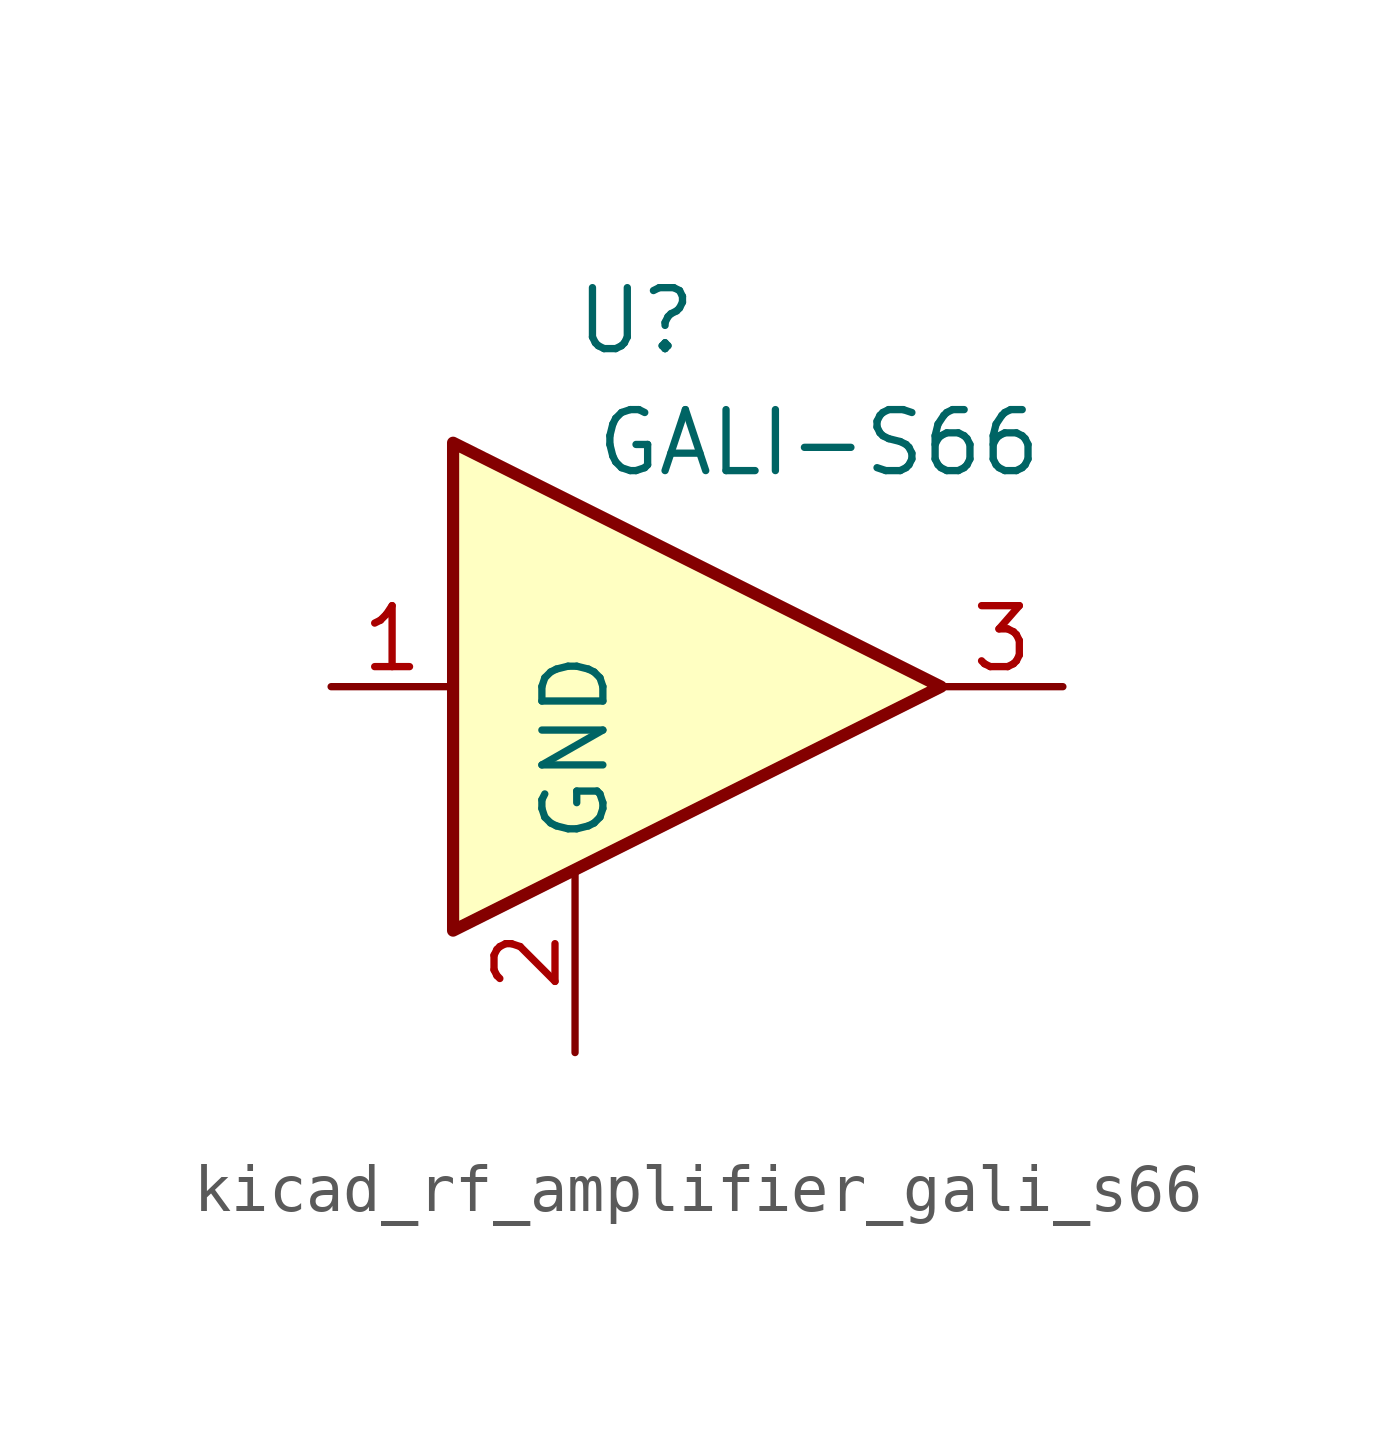
<source format=kicad_sym>
(kicad_symbol_lib
  (version 20220914)
  (generator kicad_symbol_editor)
  (symbol "kicad_rf_amplifier_gali_s66"
    (property "Reference" "U"
      (at -1.27 7.62 0)
      (effects (font (size 1.27 1.27))))
    (property "Value" "GALI-S66"
      (at 2.54 5.08 0)
      (effects (font (size 1.27 1.27))))
    (symbol "kicad_rf_amplifier_gali_s66_0_1"
      (polyline (pts (xy 5.08 0) (xy -5.08 5.08) (xy -5.08 -5.08) (xy 5.08 0)) (stroke (width 0.254) (type default)) (fill (type background))))
    (symbol "kicad_rf_amplifier_gali_s66_1_1"
      (pin input line (at -7.62 0 0) (length 2.54) (name "~" (effects (font (size 1.27 1.27)))) (number "1" (effects (font (size 1.27 1.27)))))
      (pin power_in line (at -2.54 -7.62 90) (length 3.81) (name "GND" (effects (font (size 1.27 1.27)))) (number "2" (effects (font (size 1.27 1.27)))))
      (pin output line (at 7.62 0 180) (length 2.54) (name "~" (effects (font (size 1.27 1.27)))) (number "3" (effects (font (size 1.27 1.27))))))))
</source>
